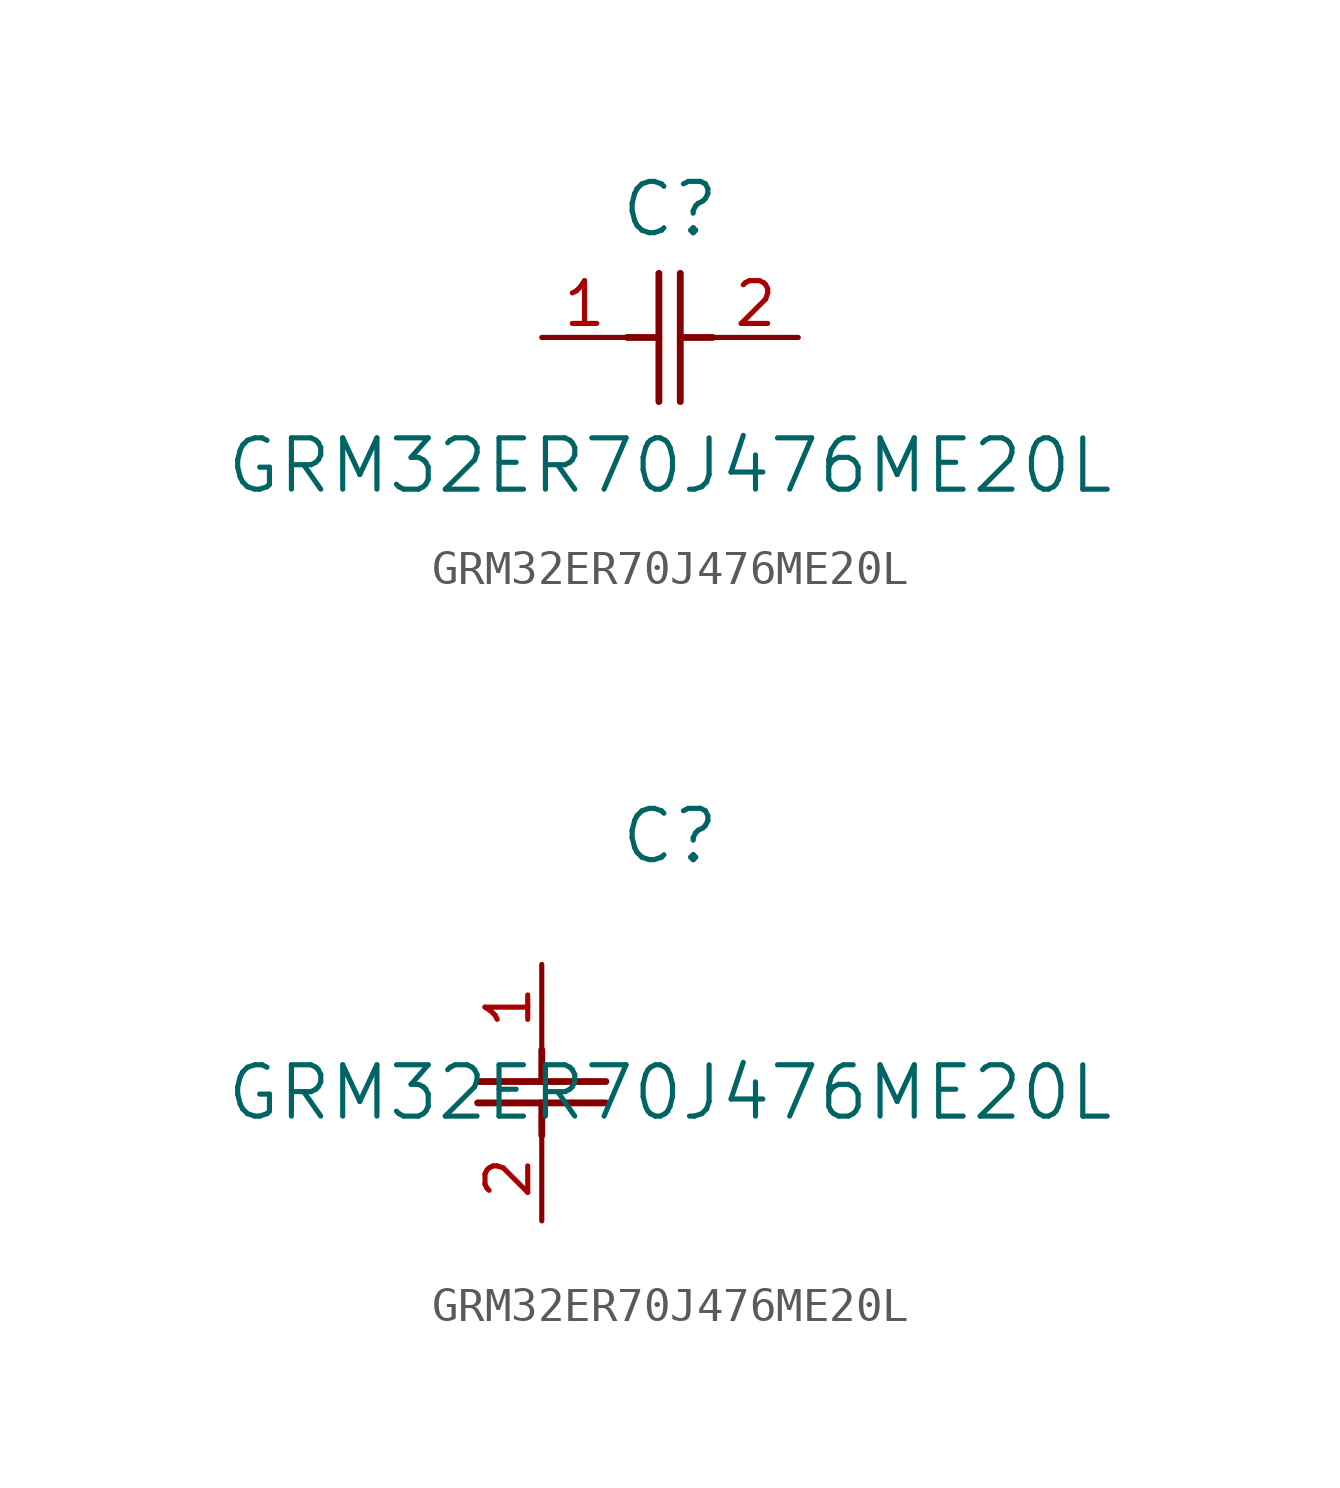
<source format=kicad_sym>
(kicad_symbol_lib
  (version 20211014)
  (generator kicad_symbol_editor)
  (symbol "GRM32ER70J476ME20L"
    (pin_names
      (offset 0.254))
    (property "Reference" "C"
      (at 3.81 3.81 0)
      (effects (font (size 1.524 1.524))))
    (property "Value" "GRM32ER70J476ME20L"
      (at 3.81 -3.81 0)
      (effects (font (size 1.524 1.524))))
    (symbol "GRM32ER70J476ME20L_1_1"
      (polyline (pts (xy 3.48 -1.905) (xy 3.48 1.905)) (stroke (width 0.203) (type default) (color 0 0 0 0)) (fill (type none)))
      (polyline (pts (xy 4.115 -1.905) (xy 4.115 1.905)) (stroke (width 0.203) (type default) (color 0 0 0 0)) (fill (type none)))
      (polyline (pts (xy 4.115 0) (xy 5.08 0)) (stroke (width 0.203) (type default) (color 0 0 0 0)) (fill (type none)))
      (polyline (pts (xy 2.54 0) (xy 3.48 0)) (stroke (width 0.203) (type default) (color 0 0 0 0)) (fill (type none)))
      (pin unspecified line (at 0 0 0) (length 2.54) (name "" (effects (font (size 1.27 1.27)))) (number "1" (effects (font (size 1.27 1.27)))))
      (pin unspecified line (at 7.62 0 180) (length 2.54) (name "" (effects (font (size 1.27 1.27)))) (number "2" (effects (font (size 1.27 1.27))))))
    (symbol "GRM32ER70J476ME20L_1_2"
      (polyline (pts (xy -1.905 -3.48) (xy 1.905 -3.48)) (stroke (width 0.203) (type default) (color 0 0 0 0)) (fill (type none)))
      (polyline (pts (xy -1.905 -4.115) (xy 1.905 -4.115)) (stroke (width 0.203) (type default) (color 0 0 0 0)) (fill (type none)))
      (polyline (pts (xy 0 -4.115) (xy 0 -5.08)) (stroke (width 0.203) (type default) (color 0 0 0 0)) (fill (type none)))
      (polyline (pts (xy 0 -2.54) (xy 0 -3.48)) (stroke (width 0.203) (type default) (color 0 0 0 0)) (fill (type none)))
      (pin unspecified line (at 0 0 270) (length 2.54) (name "" (effects (font (size 1.27 1.27)))) (number "1" (effects (font (size 1.27 1.27)))))
      (pin unspecified line (at 0 -7.62 90) (length 2.54) (name "" (effects (font (size 1.27 1.27)))) (number "2" (effects (font (size 1.27 1.27))))))))
</source>
